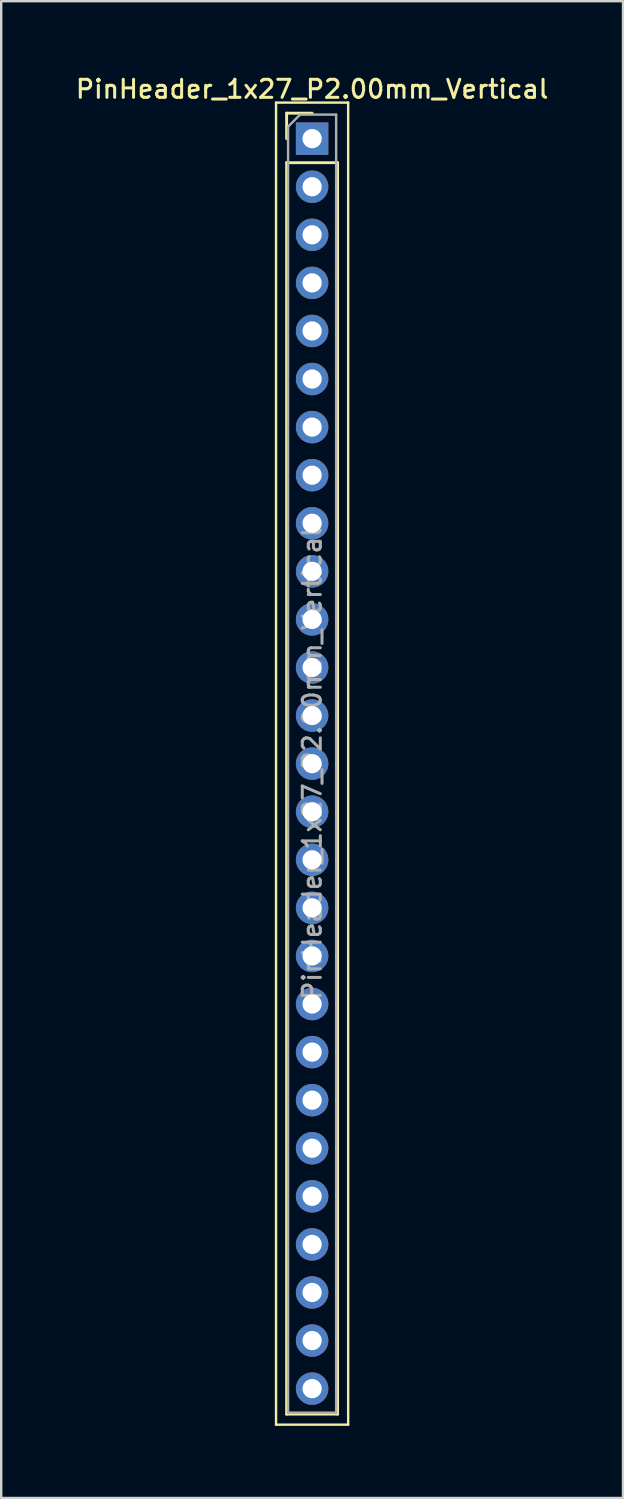
<source format=kicad_pcb>
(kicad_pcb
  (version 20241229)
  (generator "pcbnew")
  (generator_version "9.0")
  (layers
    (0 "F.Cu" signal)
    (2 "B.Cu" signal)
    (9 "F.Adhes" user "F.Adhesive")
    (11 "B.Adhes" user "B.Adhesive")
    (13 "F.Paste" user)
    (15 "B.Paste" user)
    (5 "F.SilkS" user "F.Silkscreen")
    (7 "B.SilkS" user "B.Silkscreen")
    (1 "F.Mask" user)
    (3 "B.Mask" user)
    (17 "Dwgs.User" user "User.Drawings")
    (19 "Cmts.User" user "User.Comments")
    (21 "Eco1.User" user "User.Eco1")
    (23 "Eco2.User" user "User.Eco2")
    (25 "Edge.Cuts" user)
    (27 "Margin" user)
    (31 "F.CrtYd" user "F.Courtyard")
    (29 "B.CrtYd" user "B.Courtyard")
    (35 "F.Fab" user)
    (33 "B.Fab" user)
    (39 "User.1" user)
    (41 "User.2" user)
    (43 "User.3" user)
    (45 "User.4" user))
  (footprint "PinHeader_1x27_P2.00mm_Vertical"
    (layer "F.Cu")
    (at 9.934 2.718)
    (property "Reference" "PinHeader_1x27_P2.00mm_Vertical" (at 0 -2.06 0) (layer "F.SilkS") (effects (font (size 0.75 0.75) (thickness 0.125))))
    (attr through_hole)
    (fp_line (start -1.5 -1.5) (end -1.5 53.5) (stroke (width 0.1) (type solid)) (layer "F.SilkS"))
    (fp_line (start -1.5 53.5) (end 1.5 53.5) (stroke (width 0.1) (type solid)) (layer "F.SilkS"))
    (fp_line (start -1.06 -1.06) (end 0 -1.06) (stroke (width 0.12) (type solid)) (layer "F.SilkS"))
    (fp_line (start -1.06 0) (end -1.06 -1.06) (stroke (width 0.12) (type solid)) (layer "F.SilkS"))
    (fp_line (start -1.06 1) (end -1.06 53.06) (stroke (width 0.12) (type solid)) (layer "F.SilkS"))
    (fp_line (start -1.06 1) (end 1.06 1) (stroke (width 0.12) (type solid)) (layer "F.SilkS"))
    (fp_line (start -1.06 53.06) (end 1.06 53.06) (stroke (width 0.12) (type solid)) (layer "F.SilkS"))
    (fp_line (start 1.06 1) (end 1.06 53.06) (stroke (width 0.12) (type solid)) (layer "F.SilkS"))
    (fp_line (start 1.5 -1.5) (end -1.5 -1.5) (stroke (width 0.1) (type solid)) (layer "F.SilkS"))
    (fp_line (start 1.5 53.5) (end 1.5 -1.5) (stroke (width 0.1) (type solid)) (layer "F.SilkS"))
    (fp_line (start -1 -0.5) (end -0.5 -1) (stroke (width 0.1) (type solid)) (layer "F.Fab"))
    (fp_line (start -1 53) (end -1 -0.5) (stroke (width 0.1) (type solid)) (layer "F.Fab"))
    (fp_line (start -0.5 -1) (end 1 -1) (stroke (width 0.1) (type solid)) (layer "F.Fab"))
    (fp_line (start 1 -1) (end 1 53) (stroke (width 0.1) (type solid)) (layer "F.Fab"))
    (fp_line (start 1 53) (end -1 53) (stroke (width 0.1) (type solid)) (layer "F.Fab"))
    (fp_text user "${REFERENCE}" (at 0 26 90) (layer "F.Fab") (effects (font (size 0.75 0.75) (thickness 0.125))))
    (pad "1" thru_hole rect (at 0 0) (size 1.35 1.35) (drill 0.8) (layers "*.Cu" "*.Mask"))
    (pad "2" thru_hole oval (at 0 2) (size 1.35 1.35) (drill 0.8) (layers "*.Cu" "*.Mask"))
    (pad "3" thru_hole oval (at 0 4) (size 1.35 1.35) (drill 0.8) (layers "*.Cu" "*.Mask"))
    (pad "4" thru_hole oval (at 0 6) (size 1.35 1.35) (drill 0.8) (layers "*.Cu" "*.Mask"))
    (pad "5" thru_hole oval (at 0 8) (size 1.35 1.35) (drill 0.8) (layers "*.Cu" "*.Mask"))
    (pad "6" thru_hole oval (at 0 10) (size 1.35 1.35) (drill 0.8) (layers "*.Cu" "*.Mask"))
    (pad "7" thru_hole oval (at 0 12) (size 1.35 1.35) (drill 0.8) (layers "*.Cu" "*.Mask"))
    (pad "8" thru_hole oval (at 0 14) (size 1.35 1.35) (drill 0.8) (layers "*.Cu" "*.Mask"))
    (pad "9" thru_hole oval (at 0 16) (size 1.35 1.35) (drill 0.8) (layers "*.Cu" "*.Mask"))
    (pad "10" thru_hole oval (at 0 18) (size 1.35 1.35) (drill 0.8) (layers "*.Cu" "*.Mask"))
    (pad "11" thru_hole oval (at 0 20) (size 1.35 1.35) (drill 0.8) (layers "*.Cu" "*.Mask"))
    (pad "12" thru_hole oval (at 0 22) (size 1.35 1.35) (drill 0.8) (layers "*.Cu" "*.Mask"))
    (pad "13" thru_hole oval (at 0 24) (size 1.35 1.35) (drill 0.8) (layers "*.Cu" "*.Mask"))
    (pad "14" thru_hole oval (at 0 26) (size 1.35 1.35) (drill 0.8) (layers "*.Cu" "*.Mask"))
    (pad "15" thru_hole oval (at 0 28) (size 1.35 1.35) (drill 0.8) (layers "*.Cu" "*.Mask"))
    (pad "16" thru_hole oval (at 0 30) (size 1.35 1.35) (drill 0.8) (layers "*.Cu" "*.Mask"))
    (pad "17" thru_hole oval (at 0 32) (size 1.35 1.35) (drill 0.8) (layers "*.Cu" "*.Mask"))
    (pad "18" thru_hole oval (at 0 34) (size 1.35 1.35) (drill 0.8) (layers "*.Cu" "*.Mask"))
    (pad "19" thru_hole oval (at 0 36) (size 1.35 1.35) (drill 0.8) (layers "*.Cu" "*.Mask"))
    (pad "20" thru_hole oval (at 0 38) (size 1.35 1.35) (drill 0.8) (layers "*.Cu" "*.Mask"))
    (pad "21" thru_hole oval (at 0 40) (size 1.35 1.35) (drill 0.8) (layers "*.Cu" "*.Mask"))
    (pad "22" thru_hole oval (at 0 42) (size 1.35 1.35) (drill 0.8) (layers "*.Cu" "*.Mask"))
    (pad "23" thru_hole oval (at 0 44) (size 1.35 1.35) (drill 0.8) (layers "*.Cu" "*.Mask"))
    (pad "24" thru_hole oval (at 0 46) (size 1.35 1.35) (drill 0.8) (layers "*.Cu" "*.Mask"))
    (pad "25" thru_hole oval (at 0 48) (size 1.35 1.35) (drill 0.8) (layers "*.Cu" "*.Mask"))
    (pad "26" thru_hole oval (at 0 50) (size 1.35 1.35) (drill 0.8) (layers "*.Cu" "*.Mask"))
    (pad "27" thru_hole oval (at 0 52) (size 1.35 1.35) (drill 0.8) (layers "*.Cu" "*.Mask")))
  (gr_rect
    (start -3 -3)
    (end 22.868 59.268)
    (stroke (width 0.1) (type default))
    (fill no)
    (layer "Edge.Cuts")))
</source>
